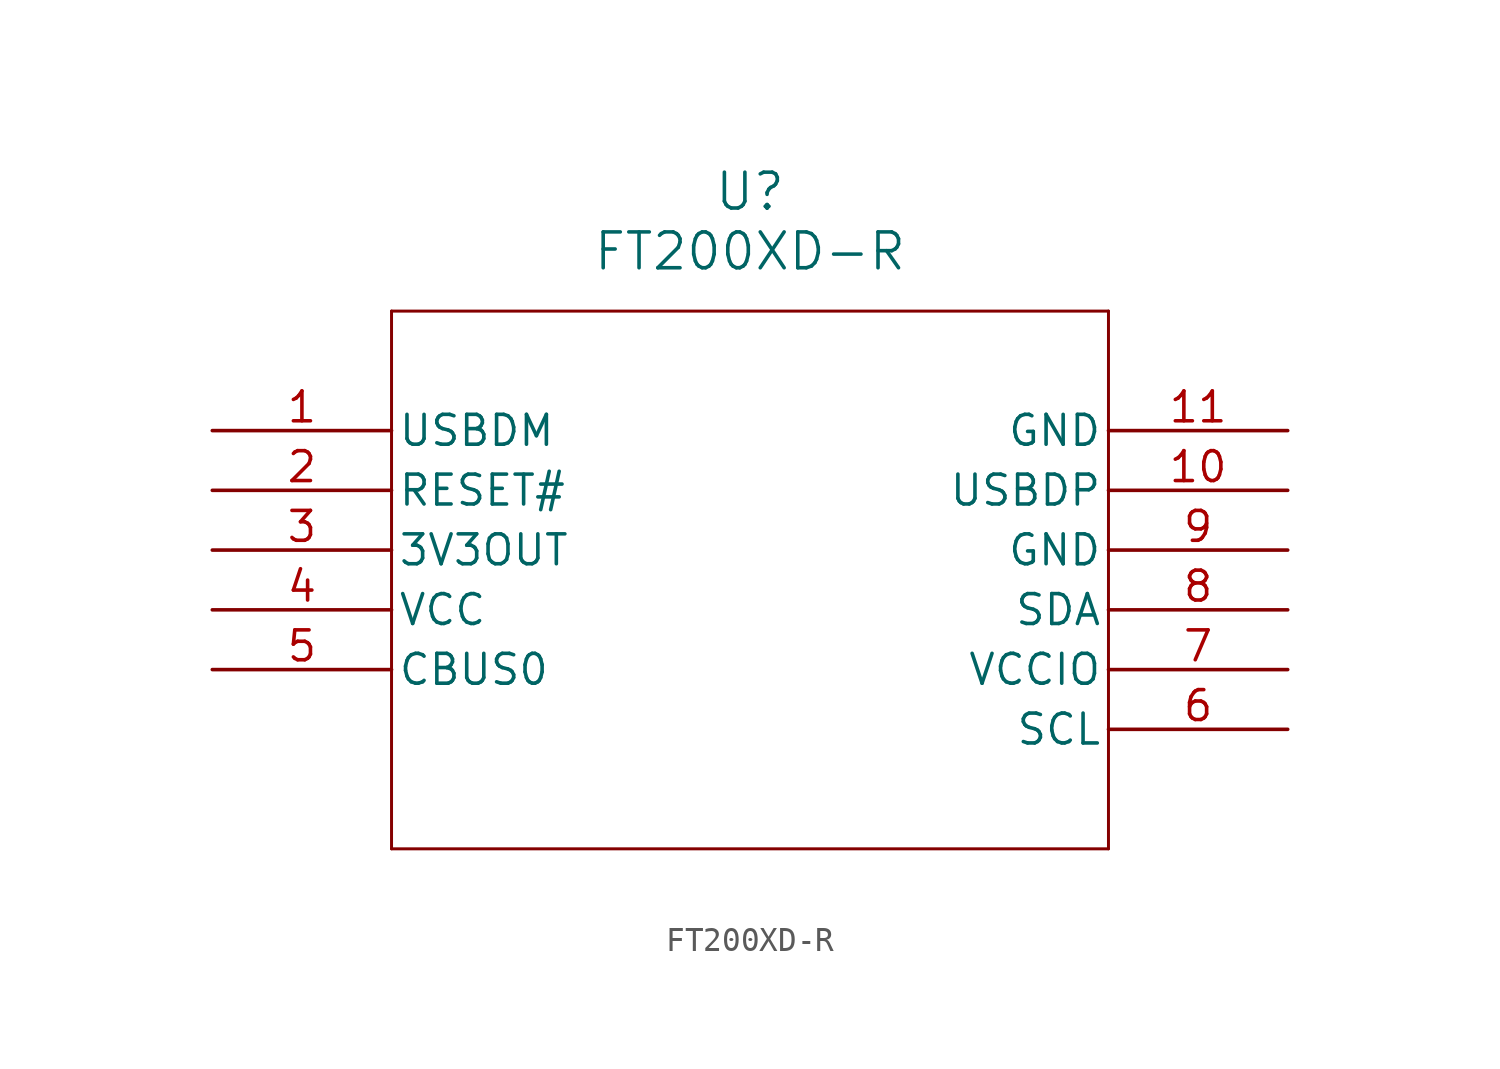
<source format=kicad_sym>
(kicad_symbol_lib
  (version 20211014)
  (generator kicad_symbol_editor)
  (symbol "FT200XD-R"
    (pin_names
      (offset 0.254))
    (property "Reference" "U"
      (at 22.86 10.16 0)
      (effects (font (size 1.524 1.524))))
    (property "Value" "FT200XD-R"
      (at 22.86 7.62 0)
      (effects (font (size 1.524 1.524))))
    (symbol "FT200XD-R_0_1"
      (polyline (pts (xy 7.62 5.08) (xy 7.62 -17.78)) (stroke (width 0.127) (type default) (color 0 0 0 0)) (fill (type none)))
      (polyline (pts (xy 7.62 -17.78) (xy 38.1 -17.78)) (stroke (width 0.127) (type default) (color 0 0 0 0)) (fill (type none)))
      (polyline (pts (xy 38.1 -17.78) (xy 38.1 5.08)) (stroke (width 0.127) (type default) (color 0 0 0 0)) (fill (type none)))
      (polyline (pts (xy 38.1 5.08) (xy 7.62 5.08)) (stroke (width 0.127) (type default) (color 0 0 0 0)) (fill (type none)))
      (pin input line (at 0 0 0) (length 7.62) (name "USBDM" (effects (font (size 1.27 1.27)))) (number "1" (effects (font (size 1.27 1.27)))))
      (pin input line (at 0 -2.54 0) (length 7.62) (name "RESET#" (effects (font (size 1.27 1.27)))) (number "2" (effects (font (size 1.27 1.27)))))
      (pin power_in line (at 0 -5.08 0) (length 7.62) (name "3V3OUT" (effects (font (size 1.27 1.27)))) (number "3" (effects (font (size 1.27 1.27)))))
      (pin power_in line (at 0 -7.62 0) (length 7.62) (name "VCC" (effects (font (size 1.27 1.27)))) (number "4" (effects (font (size 1.27 1.27)))))
      (pin bidirectional line (at 0 -10.16 0) (length 7.62) (name "CBUS0" (effects (font (size 1.27 1.27)))) (number "5" (effects (font (size 1.27 1.27)))))
      (pin input line (at 45.72 -12.7 180) (length 7.62) (name "SCL" (effects (font (size 1.27 1.27)))) (number "6" (effects (font (size 1.27 1.27)))))
      (pin power_in line (at 45.72 -10.16 180) (length 7.62) (name "VCCIO" (effects (font (size 1.27 1.27)))) (number "7" (effects (font (size 1.27 1.27)))))
      (pin bidirectional line (at 45.72 -7.62 180) (length 7.62) (name "SDA" (effects (font (size 1.27 1.27)))) (number "8" (effects (font (size 1.27 1.27)))))
      (pin power_out line (at 45.72 -5.08 180) (length 7.62) (name "GND" (effects (font (size 1.27 1.27)))) (number "9" (effects (font (size 1.27 1.27)))))
      (pin input line (at 45.72 -2.54 180) (length 7.62) (name "USBDP" (effects (font (size 1.27 1.27)))) (number "10" (effects (font (size 1.27 1.27)))))
      (pin power_out line (at 45.72 0 180) (length 7.62) (name "GND" (effects (font (size 1.27 1.27)))) (number "11" (effects (font (size 1.27 1.27))))))))
</source>
